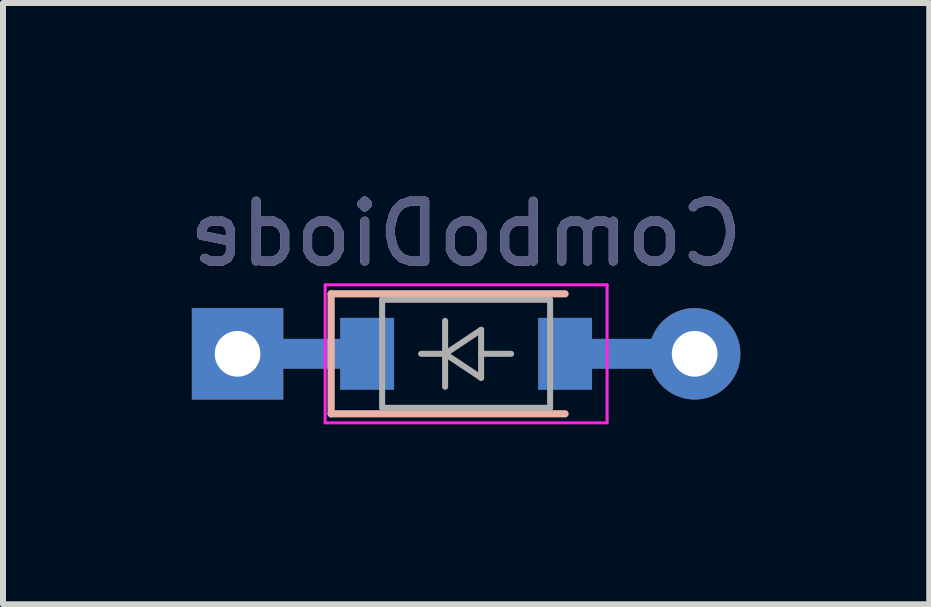
<source format=kicad_pcb>
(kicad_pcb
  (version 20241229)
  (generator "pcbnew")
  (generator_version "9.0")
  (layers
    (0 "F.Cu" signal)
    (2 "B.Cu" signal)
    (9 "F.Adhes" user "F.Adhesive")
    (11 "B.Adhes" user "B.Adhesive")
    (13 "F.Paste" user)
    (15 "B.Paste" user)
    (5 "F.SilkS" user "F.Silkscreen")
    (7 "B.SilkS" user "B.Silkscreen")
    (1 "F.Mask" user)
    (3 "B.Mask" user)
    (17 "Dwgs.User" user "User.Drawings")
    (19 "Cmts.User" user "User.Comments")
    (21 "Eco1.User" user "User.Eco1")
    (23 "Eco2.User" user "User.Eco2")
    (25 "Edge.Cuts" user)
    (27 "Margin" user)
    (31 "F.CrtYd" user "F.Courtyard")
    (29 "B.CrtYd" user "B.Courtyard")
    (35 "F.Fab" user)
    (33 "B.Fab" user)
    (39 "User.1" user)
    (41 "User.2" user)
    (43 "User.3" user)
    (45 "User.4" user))
  (footprint "ComboDiode"
    (layer "F.Cu")
    (at 4.72 2.848)
    (property "Reference" "ComboDiode" (at 0 -2 0) (layer "B.SilkS") (effects (font (size 1 1) (thickness 0.15)) (justify mirror)))
    (attr smd)
    (fp_line (start -2.25 -1) (end 1.65 -1) (stroke (width 0.12) (type solid)) (layer "B.SilkS"))
    (fp_line (start -2.25 1) (end -2.25 -1) (stroke (width 0.12) (type solid)) (layer "B.SilkS"))
    (fp_line (start -2.25 1) (end 1.65 1) (stroke (width 0.12) (type solid)) (layer "B.SilkS"))
    (fp_line (start -2.35 -1.15) (end -2.35 1.15) (stroke (width 0.05) (type solid)) (layer "F.CrtYd"))
    (fp_line (start -2.35 -1.15) (end 2.35 -1.15) (stroke (width 0.05) (type solid)) (layer "F.CrtYd"))
    (fp_line (start 2.35 -1.15) (end 2.35 1.15) (stroke (width 0.05) (type solid)) (layer "F.CrtYd"))
    (fp_line (start 2.35 1.15) (end -2.35 1.15) (stroke (width 0.05) (type solid)) (layer "F.CrtYd"))
    (fp_line (start -1.4 -0.9) (end 1.4 -0.9) (stroke (width 0.1) (type solid)) (layer "F.Fab"))
    (fp_line (start -1.4 0.9) (end -1.4 -0.9) (stroke (width 0.1) (type solid)) (layer "F.Fab"))
    (fp_line (start -0.75 0) (end -0.35 0) (stroke (width 0.1) (type solid)) (layer "F.Fab"))
    (fp_line (start -0.35 0) (end -0.35 -0.55) (stroke (width 0.1) (type solid)) (layer "F.Fab"))
    (fp_line (start -0.35 0) (end -0.35 0.55) (stroke (width 0.1) (type solid)) (layer "F.Fab"))
    (fp_line (start -0.35 0) (end 0.25 -0.4) (stroke (width 0.1) (type solid)) (layer "F.Fab"))
    (fp_line (start 0.25 -0.4) (end 0.25 0.4) (stroke (width 0.1) (type solid)) (layer "F.Fab"))
    (fp_line (start 0.25 0) (end 0.75 0) (stroke (width 0.1) (type solid)) (layer "F.Fab"))
    (fp_line (start 0.25 0.4) (end -0.35 0) (stroke (width 0.1) (type solid)) (layer "F.Fab"))
    (fp_line (start 1.4 -0.9) (end 1.4 0.9) (stroke (width 0.1) (type solid)) (layer "F.Fab"))
    (fp_line (start 1.4 0.9) (end -1.4 0.9) (stroke (width 0.1) (type solid)) (layer "F.Fab"))
    (fp_text user "${REFERENCE}" (at 0 -2 0) (layer "B.Fab") (effects (font (size 1 1) (thickness 0.15)) (justify mirror)))
    (pad "1" thru_hole rect (at -3.81 0) (size 1.524 1.524) (drill 0.762) (layers "*.Cu" "*.Mask"))
    (pad "1" connect rect (at -2.54 0) (size 1.524 0.5) (layers "B.Cu"))
    (pad "1" smd rect (at -1.65 0) (size 0.9 1.2) (layers "B.Cu" "B.Mask" "B.Paste"))
    (pad "2" smd rect (at 1.65 0) (size 0.9 1.2) (layers "B.Cu" "B.Mask" "B.Paste"))
    (pad "2" connect rect (at 2.54 0) (size 1.524 0.5) (layers "B.Cu"))
    (pad "2" thru_hole circle (at 3.81 0) (size 1.524 1.524) (drill 0.762) (layers "*.Cu" "*.Mask")))
  (gr_rect
    (start -3 -3)
    (end 12.44 7.023)
    (stroke (width 0.1) (type default))
    (fill no)
    (layer "Edge.Cuts")))
</source>
